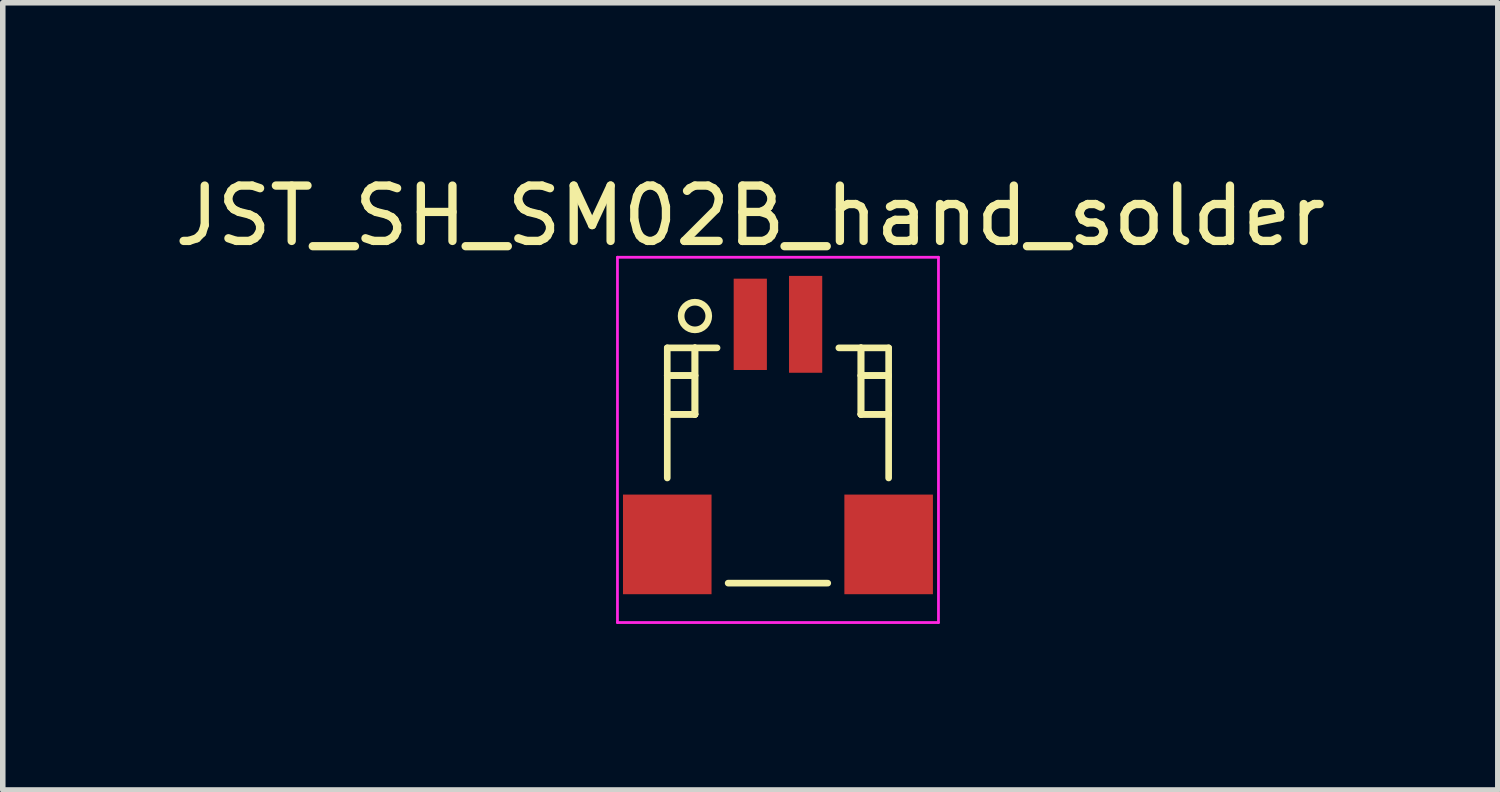
<source format=kicad_pcb>
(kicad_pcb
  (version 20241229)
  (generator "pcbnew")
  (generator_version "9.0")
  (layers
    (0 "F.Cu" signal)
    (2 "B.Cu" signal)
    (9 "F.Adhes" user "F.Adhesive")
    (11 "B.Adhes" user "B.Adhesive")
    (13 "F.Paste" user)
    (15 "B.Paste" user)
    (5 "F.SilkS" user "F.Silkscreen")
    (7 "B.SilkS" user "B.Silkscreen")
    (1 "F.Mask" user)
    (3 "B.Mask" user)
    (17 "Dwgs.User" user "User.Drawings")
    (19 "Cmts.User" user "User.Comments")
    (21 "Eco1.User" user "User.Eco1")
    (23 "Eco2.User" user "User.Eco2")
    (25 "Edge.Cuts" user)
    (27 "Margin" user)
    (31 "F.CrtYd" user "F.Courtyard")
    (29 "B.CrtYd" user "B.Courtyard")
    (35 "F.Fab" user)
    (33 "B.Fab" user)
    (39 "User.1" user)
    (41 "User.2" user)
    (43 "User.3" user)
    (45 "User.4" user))
  (footprint "JST_SH_SM02B_hand_solder"
    (layer "F.Cu")
    (at 11.006 4.848)
    (property "Reference" "JST_SH_SM02B_hand_solder" (at -0.5 -4 0) (layer "F.SilkS") (effects (font (size 1 1) (thickness 0.15))))
    (attr smd)
    (fp_line (start -2 -1.613) (end -1.1 -1.613) (stroke (width 0.12) (type solid)) (layer "F.SilkS"))
    (fp_line (start -2 -1.113) (end -2 -1.113) (stroke (width 0.12) (type solid)) (layer "F.SilkS"))
    (fp_line (start -2 -1.113) (end -1.5 -1.113) (stroke (width 0.12) (type solid)) (layer "F.SilkS"))
    (fp_line (start -2 -0.412) (end -2 -0.412) (stroke (width 0.12) (type solid)) (layer "F.SilkS"))
    (fp_line (start -2 -0.412) (end -1.5 -0.412) (stroke (width 0.12) (type solid)) (layer "F.SilkS"))
    (fp_line (start -2 0.738) (end -2 -1.613) (stroke (width 0.12) (type solid)) (layer "F.SilkS"))
    (fp_line (start -1.5 -1.613) (end -1.5 -1.613) (stroke (width 0.12) (type solid)) (layer "F.SilkS"))
    (fp_line (start -1.5 -1.613) (end -1.5 -0.412) (stroke (width 0.12) (type solid)) (layer "F.SilkS"))
    (fp_line (start -1.5 -1.113) (end -2 -1.113) (stroke (width 0.12) (type solid)) (layer "F.SilkS"))
    (fp_line (start -1.5 -1.113) (end -1.5 -1.113) (stroke (width 0.12) (type solid)) (layer "F.SilkS"))
    (fp_line (start -1.5 -0.412) (end -2 -0.412) (stroke (width 0.12) (type solid)) (layer "F.SilkS"))
    (fp_line (start -1.5 -0.412) (end -1.5 -1.613) (stroke (width 0.12) (type solid)) (layer "F.SilkS"))
    (fp_line (start -1.5 -0.412) (end -1.5 -0.412) (stroke (width 0.12) (type solid)) (layer "F.SilkS"))
    (fp_line (start -1.5 -0.412) (end -1.5 -0.412) (stroke (width 0.12) (type solid)) (layer "F.SilkS"))
    (fp_line (start -0.9 2.638) (end 0.9 2.638) (stroke (width 0.12) (type solid)) (layer "F.SilkS"))
    (fp_line (start 1.5 -1.613) (end 1.5 -1.613) (stroke (width 0.12) (type solid)) (layer "F.SilkS"))
    (fp_line (start 1.5 -1.613) (end 1.5 -0.412) (stroke (width 0.12) (type solid)) (layer "F.SilkS"))
    (fp_line (start 1.5 -1.113) (end 1.5 -1.113) (stroke (width 0.12) (type solid)) (layer "F.SilkS"))
    (fp_line (start 1.5 -1.113) (end 2 -1.113) (stroke (width 0.12) (type solid)) (layer "F.SilkS"))
    (fp_line (start 1.5 -0.412) (end 1.5 -1.613) (stroke (width 0.12) (type solid)) (layer "F.SilkS"))
    (fp_line (start 1.5 -0.412) (end 1.5 -0.412) (stroke (width 0.12) (type solid)) (layer "F.SilkS"))
    (fp_line (start 1.5 -0.412) (end 1.5 -0.412) (stroke (width 0.12) (type solid)) (layer "F.SilkS"))
    (fp_line (start 1.5 -0.412) (end 2 -0.412) (stroke (width 0.12) (type solid)) (layer "F.SilkS"))
    (fp_line (start 2 -1.613) (end 1.1 -1.613) (stroke (width 0.12) (type solid)) (layer "F.SilkS"))
    (fp_line (start 2 -1.113) (end 1.5 -1.113) (stroke (width 0.12) (type solid)) (layer "F.SilkS"))
    (fp_line (start 2 -1.113) (end 2 -1.113) (stroke (width 0.12) (type solid)) (layer "F.SilkS"))
    (fp_line (start 2 -0.412) (end 1.5 -0.412) (stroke (width 0.12) (type solid)) (layer "F.SilkS"))
    (fp_line (start 2 -0.412) (end 2 -0.412) (stroke (width 0.12) (type solid)) (layer "F.SilkS"))
    (fp_line (start 2 0.738) (end 2 -1.613) (stroke (width 0.12) (type solid)) (layer "F.SilkS"))
    (fp_circle (center -1.5 -2.188) (end -1.25 -2.188) (stroke (width 0.12) (type solid)) (fill no) (layer "F.SilkS"))
    (fp_line (start -2.9 -3.25) (end 2.9 -3.25) (stroke (width 0.05) (type solid)) (layer "F.CrtYd"))
    (fp_line (start -2.9 3.35) (end -2.9 -3.25) (stroke (width 0.05) (type solid)) (layer "F.CrtYd"))
    (fp_line (start 2.9 -3.25) (end 2.9 3.35) (stroke (width 0.05) (type solid)) (layer "F.CrtYd"))
    (fp_line (start 2.9 3.35) (end -2.9 3.35) (stroke (width 0.05) (type solid)) (layer "F.CrtYd"))
    (pad "1" smd rect (at -2 1.938) (size 1.6 1.8) (layers "F.Cu" "F.Mask" "F.Paste"))
    (pad "1" smd rect (at -0.5 -2.038) (size 0.6 1.65) (layers "F.Cu" "F.Mask" "F.Paste"))
    (pad "2" smd rect (at 0.5 -2.038) (size 0.6 1.75) (layers "F.Cu" "F.Mask" "F.Paste"))
    (pad "2" smd rect (at 2 1.938) (size 1.6 1.8) (layers "F.Cu" "F.Mask" "F.Paste")))
  (gr_rect
    (start -3 -3)
    (end 24.012 11.223)
    (stroke (width 0.1) (type default))
    (fill no)
    (layer "Edge.Cuts")))
</source>
